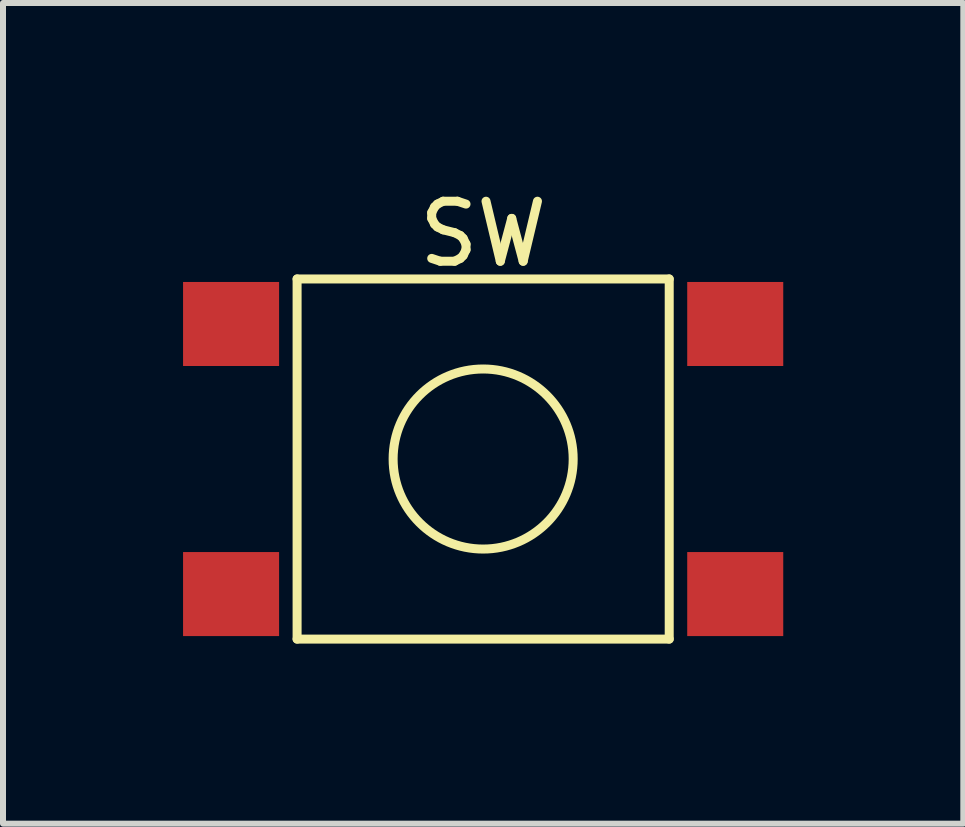
<source format=kicad_pcb>
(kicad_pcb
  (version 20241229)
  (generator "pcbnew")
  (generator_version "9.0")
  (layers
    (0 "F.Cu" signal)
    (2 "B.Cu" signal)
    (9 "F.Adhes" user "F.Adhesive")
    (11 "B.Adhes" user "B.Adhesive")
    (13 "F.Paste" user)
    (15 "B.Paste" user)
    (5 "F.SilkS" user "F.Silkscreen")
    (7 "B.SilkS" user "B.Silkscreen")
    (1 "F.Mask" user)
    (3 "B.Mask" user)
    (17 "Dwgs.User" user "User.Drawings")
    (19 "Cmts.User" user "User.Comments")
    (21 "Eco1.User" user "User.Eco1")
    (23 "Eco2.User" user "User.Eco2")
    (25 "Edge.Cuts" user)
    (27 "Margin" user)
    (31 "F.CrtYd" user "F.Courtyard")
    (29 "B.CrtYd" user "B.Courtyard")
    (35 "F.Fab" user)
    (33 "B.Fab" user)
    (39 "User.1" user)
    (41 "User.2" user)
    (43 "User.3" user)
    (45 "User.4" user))
  (footprint "SW"
    (layer "F.Cu")
    (at 5 4.598)
    (property "Reference" "SW" (at 0 -3.75 0) (layer "F.SilkS") (effects (font (size 1 1) (thickness 0.15))))
    (attr through_hole)
    (fp_line (start -3.1 -3) (end 3.1 -3) (stroke (width 0.15) (type solid)) (layer "F.SilkS"))
    (fp_line (start -3.1 3) (end -3.1 -3) (stroke (width 0.15) (type solid)) (layer "F.SilkS"))
    (fp_line (start 3.1 -3) (end 3.1 3) (stroke (width 0.15) (type solid)) (layer "F.SilkS"))
    (fp_line (start 3.1 3) (end -3.1 3) (stroke (width 0.15) (type solid)) (layer "F.SilkS"))
    (fp_circle (center 0 0) (end 0 1.5) (stroke (width 0.15) (type solid)) (fill no) (layer "F.SilkS"))
    (pad "1" smd rect (at -4.2 -2.25) (size 1.6 1.4) (layers "F.Cu" "F.Mask" "F.Paste"))
    (pad "1" smd rect (at 4.2 -2.25) (size 1.6 1.4) (layers "F.Cu" "F.Mask" "F.Paste"))
    (pad "2" smd rect (at -4.2 2.25) (size 1.6 1.4) (layers "F.Cu" "F.Mask" "F.Paste"))
    (pad "2" smd rect (at 4.2 2.25) (size 1.6 1.4) (layers "F.Cu" "F.Mask" "F.Paste")))
  (gr_rect
    (start -3 -3)
    (end 13 10.673)
    (stroke (width 0.1) (type default))
    (fill no)
    (layer "Edge.Cuts")))
</source>
